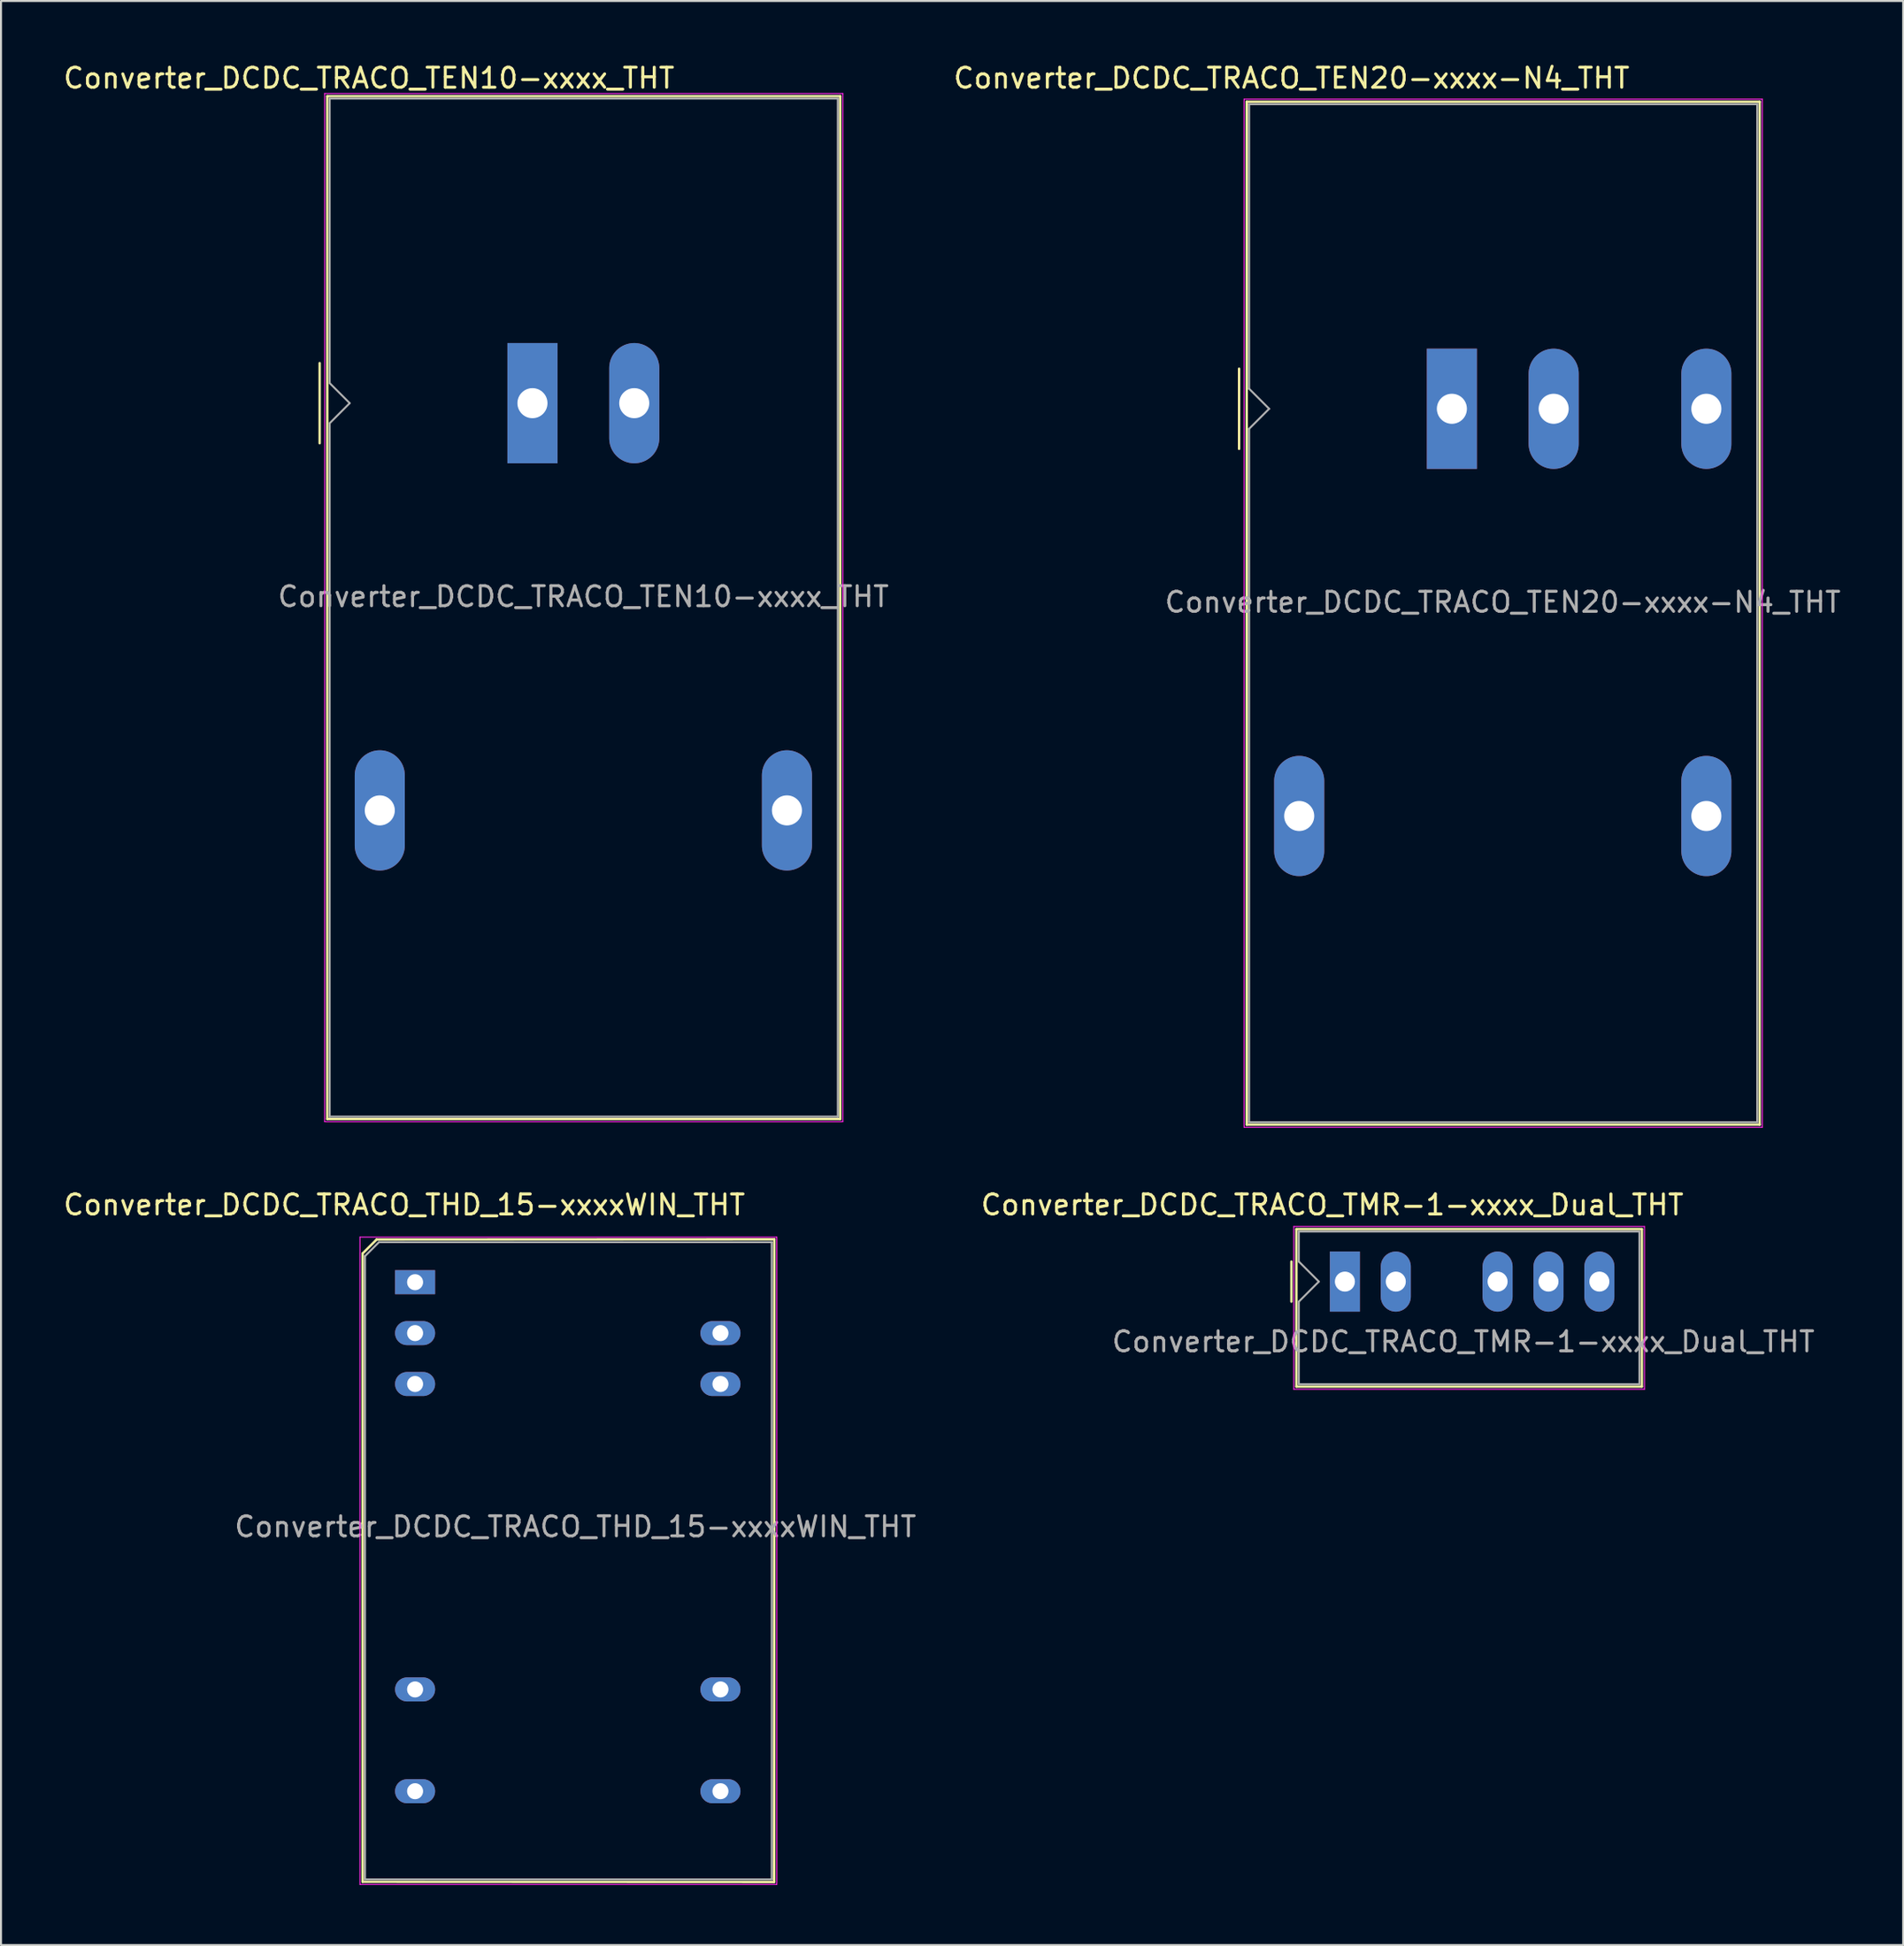
<source format=kicad_pcb>
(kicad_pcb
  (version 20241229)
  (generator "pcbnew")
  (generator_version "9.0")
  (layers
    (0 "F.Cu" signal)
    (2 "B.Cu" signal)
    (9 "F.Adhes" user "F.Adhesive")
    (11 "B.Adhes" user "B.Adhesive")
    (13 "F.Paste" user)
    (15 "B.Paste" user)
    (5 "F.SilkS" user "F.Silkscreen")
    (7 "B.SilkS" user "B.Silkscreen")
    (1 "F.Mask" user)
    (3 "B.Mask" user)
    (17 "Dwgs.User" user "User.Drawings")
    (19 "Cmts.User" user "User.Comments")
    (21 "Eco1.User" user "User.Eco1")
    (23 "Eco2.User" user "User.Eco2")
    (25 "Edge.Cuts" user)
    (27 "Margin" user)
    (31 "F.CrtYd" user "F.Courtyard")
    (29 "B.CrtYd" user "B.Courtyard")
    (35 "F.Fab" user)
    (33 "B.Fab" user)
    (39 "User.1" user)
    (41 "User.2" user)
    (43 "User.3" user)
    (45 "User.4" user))
  (footprint "Converter_DCDC_TRACO_TEN10-xxxx_THT"
    (layer "F.Cu")
    (at 23.523 17.068)
    (property "Reference" "Converter_DCDC_TRACO_TEN10-xxxx_THT" (at -8.16 -16.22 180) (layer "F.SilkS") (effects (font (size 1 1) (thickness 0.15))))
    (attr through_hole)
    (fp_line (start -10.62 -2) (end -10.62 2) (stroke (width 0.12) (type solid)) (layer "F.SilkS"))
    (fp_line (start -10.24 -15.32) (end 15.36 -15.32) (stroke (width 0.12) (type solid)) (layer "F.SilkS"))
    (fp_line (start -10.24 35.72) (end -10.24 -15.32) (stroke (width 0.12) (type solid)) (layer "F.SilkS"))
    (fp_line (start 15.36 -15.32) (end 15.36 35.72) (stroke (width 0.12) (type solid)) (layer "F.SilkS"))
    (fp_line (start 15.36 35.72) (end -10.24 35.72) (stroke (width 0.12) (type solid)) (layer "F.SilkS"))
    (fp_line (start -10.37 -15.45) (end 15.49 -15.45) (stroke (width 0.05) (type solid)) (layer "F.CrtYd"))
    (fp_line (start -10.37 35.85) (end -10.37 -15.45) (stroke (width 0.05) (type solid)) (layer "F.CrtYd"))
    (fp_line (start -10.37 35.85) (end 15.49 35.85) (stroke (width 0.05) (type solid)) (layer "F.CrtYd"))
    (fp_line (start 15.49 35.85) (end 15.49 -15.45) (stroke (width 0.05) (type solid)) (layer "F.CrtYd"))
    (fp_line (start -10.12 -1) (end -10.12 -15.2) (stroke (width 0.1) (type solid)) (layer "F.Fab"))
    (fp_line (start -10.12 1) (end -10.12 35.6) (stroke (width 0.1) (type solid)) (layer "F.Fab"))
    (fp_line (start -10.12 1) (end -9.12 0) (stroke (width 0.1) (type solid)) (layer "F.Fab"))
    (fp_line (start -10.12 35.6) (end 15.24 35.6) (stroke (width 0.1) (type solid)) (layer "F.Fab"))
    (fp_line (start -9.12 0) (end -10.12 -1) (stroke (width 0.1) (type solid)) (layer "F.Fab"))
    (fp_line (start 15.24 -15.2) (end -10.12 -15.2) (stroke (width 0.1) (type solid)) (layer "F.Fab"))
    (fp_line (start 15.24 35.6) (end 15.24 -15.2) (stroke (width 0.1) (type solid)) (layer "F.Fab"))
    (fp_text user "${REFERENCE}" (at 2.54 9.652 0) (layer "F.Fab") (effects (font (size 1 1) (thickness 0.15))))
    (pad "1" thru_hole rect (at 0 0 90) (size 6 2.5) (drill 1.5) (layers "*.Cu" "*.Mask"))
    (pad "2" thru_hole oval (at 5.08 0 90) (size 6 2.5) (drill 1.5) (layers "*.Cu" "*.Mask"))
    (pad "3" thru_hole oval (at -7.62 20.32 90) (size 6 2.5) (drill 1.5) (layers "*.Cu" "*.Mask"))
    (pad "5" thru_hole oval (at 12.7 20.32 90) (size 6 2.5) (drill 1.5) (layers "*.Cu" "*.Mask")))
  (footprint "Converter_DCDC_TRACO_TEN20-xxxx-N4_THT"
    (layer "F.Cu")
    (at 69.408 17.348)
    (property "Reference" "Converter_DCDC_TRACO_TEN20-xxxx-N4_THT" (at -8 -16.5 180) (layer "F.SilkS") (effects (font (size 1 1) (thickness 0.15))))
    (attr through_hole)
    (fp_line (start -10.62 -2) (end -10.62 2) (stroke (width 0.12) (type solid)) (layer "F.SilkS"))
    (fp_line (start -10.24 -15.32) (end 15.36 -15.32) (stroke (width 0.12) (type solid)) (layer "F.SilkS"))
    (fp_line (start -10.24 35.72) (end -10.24 -15.32) (stroke (width 0.12) (type solid)) (layer "F.SilkS"))
    (fp_line (start 15.36 -15.32) (end 15.36 35.72) (stroke (width 0.12) (type solid)) (layer "F.SilkS"))
    (fp_line (start 15.36 35.72) (end -10.24 35.72) (stroke (width 0.12) (type solid)) (layer "F.SilkS"))
    (fp_line (start -10.37 -15.45) (end 15.49 -15.45) (stroke (width 0.05) (type solid)) (layer "F.CrtYd"))
    (fp_line (start -10.37 35.85) (end -10.37 -15.45) (stroke (width 0.05) (type solid)) (layer "F.CrtYd"))
    (fp_line (start -10.37 35.85) (end 15.49 35.85) (stroke (width 0.05) (type solid)) (layer "F.CrtYd"))
    (fp_line (start 15.49 35.85) (end 15.49 -15.45) (stroke (width 0.05) (type solid)) (layer "F.CrtYd"))
    (fp_line (start -10.12 -1) (end -10.12 -15.2) (stroke (width 0.1) (type solid)) (layer "F.Fab"))
    (fp_line (start -10.12 1) (end -10.12 35.6) (stroke (width 0.1) (type solid)) (layer "F.Fab"))
    (fp_line (start -10.12 1) (end -9.12 0) (stroke (width 0.1) (type solid)) (layer "F.Fab"))
    (fp_line (start -10.12 35.6) (end 15.24 35.6) (stroke (width 0.1) (type solid)) (layer "F.Fab"))
    (fp_line (start -9.12 0) (end -10.12 -1) (stroke (width 0.1) (type solid)) (layer "F.Fab"))
    (fp_line (start 15.24 -15.2) (end -10.12 -15.2) (stroke (width 0.1) (type solid)) (layer "F.Fab"))
    (fp_line (start 15.24 35.6) (end 15.24 -15.2) (stroke (width 0.1) (type solid)) (layer "F.Fab"))
    (fp_text user "${REFERENCE}" (at 2.54 9.652 0) (layer "F.Fab") (effects (font (size 1 1) (thickness 0.15))))
    (pad "1" thru_hole rect (at 0 0 90) (size 6 2.5) (drill 1.5) (layers "*.Cu" "*.Mask"))
    (pad "2" thru_hole oval (at 5.08 0 90) (size 6 2.5) (drill 1.5) (layers "*.Cu" "*.Mask"))
    (pad "3" thru_hole oval (at -7.62 20.32 90) (size 6 2.5) (drill 1.5) (layers "*.Cu" "*.Mask"))
    (pad "5" thru_hole oval (at 12.7 20.32 90) (size 6 2.5) (drill 1.5) (layers "*.Cu" "*.Mask"))
    (pad "6" thru_hole oval (at 12.7 0 90) (size 6 2.5) (drill 1.5) (layers "*.Cu" "*.Mask")))
  (footprint "Converter_DCDC_TRACO_TMR-1-xxxx_Dual_THT"
    (layer "F.Cu")
    (at 64.069 60.901)
    (property "Reference" "Converter_DCDC_TRACO_TMR-1-xxxx_Dual_THT" (at -0.63 -3.83 0) (layer "F.SilkS") (effects (font (size 1 1) (thickness 0.15))))
    (attr through_hole)
    (fp_line (start -2.67 -1) (end -2.67 1) (stroke (width 0.12) (type solid)) (layer "F.SilkS"))
    (fp_line (start -2.42 -2.62) (end 14.82 -2.62) (stroke (width 0.12) (type solid)) (layer "F.SilkS"))
    (fp_line (start -2.42 5.24) (end -2.42 -2.62) (stroke (width 0.12) (type solid)) (layer "F.SilkS"))
    (fp_line (start 14.82 -2.62) (end 14.82 5.24) (stroke (width 0.12) (type solid)) (layer "F.SilkS"))
    (fp_line (start 14.82 5.24) (end -2.42 5.24) (stroke (width 0.12) (type solid)) (layer "F.SilkS"))
    (fp_line (start -2.55 -2.75) (end -2.55 5.37) (stroke (width 0.05) (type solid)) (layer "F.CrtYd"))
    (fp_line (start -2.55 -2.75) (end 14.95 -2.75) (stroke (width 0.05) (type solid)) (layer "F.CrtYd"))
    (fp_line (start -2.55 5.37) (end 14.95 5.37) (stroke (width 0.05) (type solid)) (layer "F.CrtYd"))
    (fp_line (start 14.95 -2.75) (end 14.95 5.37) (stroke (width 0.05) (type solid)) (layer "F.CrtYd"))
    (fp_line (start -2.3 -1) (end -2.3 -2.5) (stroke (width 0.1) (type solid)) (layer "F.Fab"))
    (fp_line (start -2.3 -1) (end -1.3 0) (stroke (width 0.1) (type solid)) (layer "F.Fab"))
    (fp_line (start -2.3 1) (end -2.3 5.12) (stroke (width 0.1) (type solid)) (layer "F.Fab"))
    (fp_line (start -1.3 0) (end -2.3 1) (stroke (width 0.1) (type solid)) (layer "F.Fab"))
    (fp_line (start 14.7 -2.5) (end -2.3 -2.5) (stroke (width 0.1) (type solid)) (layer "F.Fab"))
    (fp_line (start 14.7 -2.5) (end 14.7 5.12) (stroke (width 0.1) (type solid)) (layer "F.Fab"))
    (fp_line (start 14.7 5.12) (end -2.3 5.12) (stroke (width 0.1) (type solid)) (layer "F.Fab"))
    (fp_text user "${REFERENCE}" (at 5.91 3 0) (layer "F.Fab") (effects (font (size 1 1) (thickness 0.15))))
    (pad "1" thru_hole rect (at 0 0) (size 1.5 3) (drill 1) (layers "*.Cu" "*.Mask"))
    (pad "2" thru_hole oval (at 2.54 0) (size 1.5 3) (drill 1) (layers "*.Cu" "*.Mask"))
    (pad "4" thru_hole oval (at 7.62 0) (size 1.5 3) (drill 1) (layers "*.Cu" "*.Mask"))
    (pad "5" thru_hole oval (at 10.16 0) (size 1.5 3) (drill 1) (layers "*.Cu" "*.Mask"))
    (pad "6" thru_hole oval (at 12.7 0) (size 1.5 3) (drill 1) (layers "*.Cu" "*.Mask")))
  (footprint "Converter_DCDC_TRACO_THD_15-xxxxWIN_THT"
    (layer "F.Cu")
    (at 17.665 60.931)
    (property "Reference" "Converter_DCDC_TRACO_THD_15-xxxxWIN_THT" (at -0.54 -3.86 180) (layer "F.SilkS") (effects (font (size 1 1) (thickness 0.15))))
    (attr through_hole)
    (fp_line (start -2.62 -1.43) (end -2.62 29.92) (stroke (width 0.12) (type solid)) (layer "F.SilkS"))
    (fp_line (start -2.62 29.92) (end 17.92 29.93) (stroke (width 0.12) (type solid)) (layer "F.SilkS"))
    (fp_line (start -1.92 -2.13) (end -2.62 -1.43) (stroke (width 0.12) (type solid)) (layer "F.SilkS"))
    (fp_line (start 17.92 29.93) (end 17.93 -2.14) (stroke (width 0.12) (type solid)) (layer "F.SilkS"))
    (fp_line (start 17.93 -2.14) (end -1.92 -2.13) (stroke (width 0.12) (type solid)) (layer "F.SilkS"))
    (fp_line (start -2.75 -2.25) (end 18.05 -2.25) (stroke (width 0.05) (type solid)) (layer "F.CrtYd"))
    (fp_line (start -2.75 30.05) (end -2.75 -2.25) (stroke (width 0.05) (type solid)) (layer "F.CrtYd"))
    (fp_line (start 18.05 -2.25) (end 18.05 30.05) (stroke (width 0.05) (type solid)) (layer "F.CrtYd"))
    (fp_line (start 18.05 30.05) (end -2.75 30.05) (stroke (width 0.05) (type solid)) (layer "F.CrtYd"))
    (fp_line (start -2.5 29.8) (end -2.5 -1.3) (stroke (width 0.1) (type solid)) (layer "F.Fab"))
    (fp_line (start -1.8 -2) (end -2.5 -1.3) (stroke (width 0.1) (type solid)) (layer "F.Fab"))
    (fp_line (start -1.8 -2) (end 17.8 -2) (stroke (width 0.1) (type solid)) (layer "F.Fab"))
    (fp_line (start 17.8 -2) (end 17.8 29.8) (stroke (width 0.1) (type solid)) (layer "F.Fab"))
    (fp_line (start 17.8 29.8) (end -2.5 29.8) (stroke (width 0.1) (type solid)) (layer "F.Fab"))
    (fp_text user "${REFERENCE}" (at 8 12.2 0) (layer "F.Fab") (effects (font (size 1 1) (thickness 0.15))))
    (pad "1" thru_hole rect (at 0 0) (size 2 1.2) (drill 0.8) (layers "*.Cu" "*.Mask"))
    (pad "2" thru_hole oval (at 0 2.54) (size 2 1.2) (drill 0.8) (layers "*.Cu" "*.Mask"))
    (pad "3" thru_hole oval (at 0 5.08) (size 2 1.2) (drill 0.8) (layers "*.Cu" "*.Mask"))
    (pad "9" thru_hole oval (at 0 20.32) (size 2 1.2) (drill 0.8) (layers "*.Cu" "*.Mask"))
    (pad "11" thru_hole oval (at 0 25.4) (size 2 1.2) (drill 0.8) (layers "*.Cu" "*.Mask"))
    (pad "14" thru_hole oval (at 15.24 25.4) (size 2 1.2) (drill 0.8) (layers "*.Cu" "*.Mask"))
    (pad "16" thru_hole oval (at 15.24 20.32) (size 2 1.2) (drill 0.8) (layers "*.Cu" "*.Mask"))
    (pad "22" thru_hole oval (at 15.24 5.08) (size 2 1.2) (drill 0.8) (layers "*.Cu" "*.Mask"))
    (pad "23" thru_hole oval (at 15.24 2.54) (size 2 1.2) (drill 0.8) (layers "*.Cu" "*.Mask")))
  (gr_rect
    (start -3 -3)
    (end 91.93 94.007)
    (stroke (width 0.1) (type default))
    (fill no)
    (layer "Edge.Cuts")))
</source>
